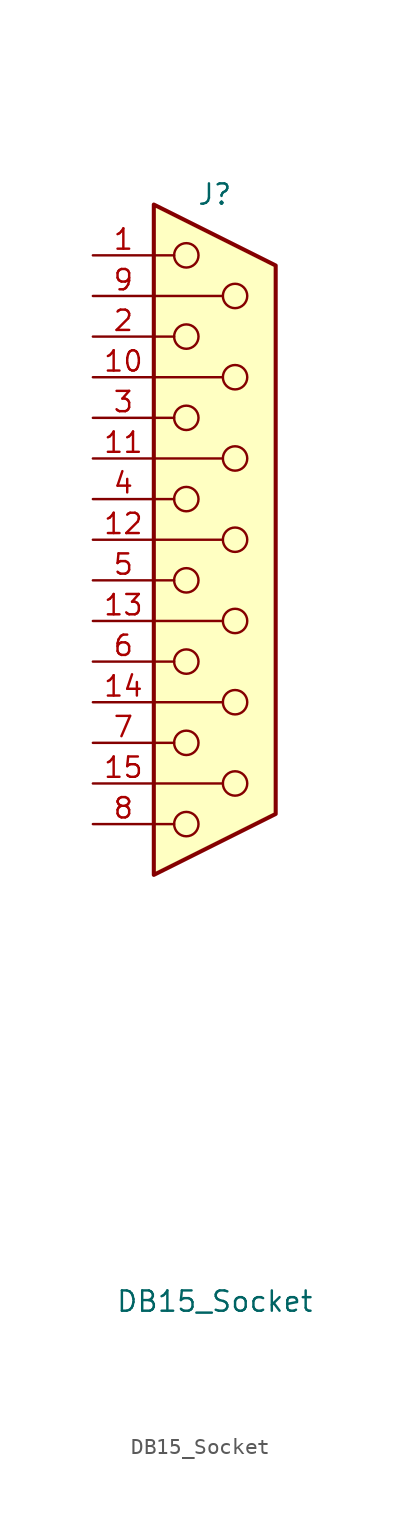
<source format=kicad_sym>
(kicad_symbol_lib
  (version 20241209)
  (generator "kicad_symbol_editor")
  (generator_version "9.0")
  (symbol "DB15_Socket"
    (pin_names
      (offset 1.016)
      (hide yes))
    (property "Reference" "J"
      (at 0 34.29 0)
      (effects (font (size 1.27 1.27))))
    (property "Value" "DB15_Socket"
      (at 0 -34.925 0)
      (effects (font (size 1.27 1.27))))
    (symbol "DB15_Socket_0_1"
      (polyline (pts (xy -3.81 33.655) (xy 3.81 29.845) (xy 3.81 -4.445) (xy -3.81 -8.255) (xy -3.81 33.655)) (stroke (width 0.254) (type default)) (fill (type background)))
      (polyline (pts (xy -3.81 30.48) (xy -2.54 30.48)) (stroke (width 0) (type default)) (fill (type none)))
      (polyline (pts (xy -3.81 27.94) (xy 0.508 27.94)) (stroke (width 0) (type default)) (fill (type none)))
      (polyline (pts (xy -3.81 25.4) (xy -2.54 25.4)) (stroke (width 0) (type default)) (fill (type none)))
      (polyline (pts (xy -3.81 22.86) (xy 0.508 22.86)) (stroke (width 0) (type default)) (fill (type none)))
      (polyline (pts (xy -3.81 20.32) (xy -2.54 20.32)) (stroke (width 0) (type default)) (fill (type none)))
      (polyline (pts (xy -3.81 17.78) (xy 0.508 17.78)) (stroke (width 0) (type default)) (fill (type none)))
      (polyline (pts (xy -3.81 15.24) (xy -2.54 15.24)) (stroke (width 0) (type default)) (fill (type none)))
      (polyline (pts (xy -3.81 12.7) (xy 0.508 12.7)) (stroke (width 0) (type default)) (fill (type none)))
      (polyline (pts (xy -3.81 10.16) (xy -2.54 10.16)) (stroke (width 0) (type default)) (fill (type none)))
      (polyline (pts (xy -3.81 7.62) (xy 0.508 7.62)) (stroke (width 0) (type default)) (fill (type none)))
      (polyline (pts (xy -3.81 5.08) (xy -2.54 5.08)) (stroke (width 0) (type default)) (fill (type none)))
      (polyline (pts (xy -3.81 2.54) (xy 0.508 2.54)) (stroke (width 0) (type default)) (fill (type none)))
      (polyline (pts (xy -3.81 0) (xy -2.54 0)) (stroke (width 0) (type default)) (fill (type none)))
      (polyline (pts (xy -3.81 -2.54) (xy 0.508 -2.54)) (stroke (width 0) (type default)) (fill (type none)))
      (polyline (pts (xy -3.81 -5.08) (xy -2.54 -5.08)) (stroke (width 0) (type default)) (fill (type none)))
      (circle (center -1.778 30.48) (radius 0.762) (stroke (width 0) (type default)) (fill (type none)))
      (circle (center -1.778 25.4) (radius 0.762) (stroke (width 0) (type default)) (fill (type none)))
      (circle (center -1.778 20.32) (radius 0.762) (stroke (width 0) (type default)) (fill (type none)))
      (circle (center -1.778 15.24) (radius 0.762) (stroke (width 0) (type default)) (fill (type none)))
      (circle (center -1.778 10.16) (radius 0.762) (stroke (width 0) (type default)) (fill (type none)))
      (circle (center -1.778 5.08) (radius 0.762) (stroke (width 0) (type default)) (fill (type none)))
      (circle (center -1.778 0) (radius 0.762) (stroke (width 0) (type default)) (fill (type none)))
      (circle (center -1.778 -5.08) (radius 0.762) (stroke (width 0) (type default)) (fill (type none)))
      (circle (center 1.27 27.94) (radius 0.762) (stroke (width 0) (type default)) (fill (type none)))
      (circle (center 1.27 22.86) (radius 0.762) (stroke (width 0) (type default)) (fill (type none)))
      (circle (center 1.27 17.78) (radius 0.762) (stroke (width 0) (type default)) (fill (type none)))
      (circle (center 1.27 12.7) (radius 0.762) (stroke (width 0) (type default)) (fill (type none)))
      (circle (center 1.27 7.62) (radius 0.762) (stroke (width 0) (type default)) (fill (type none)))
      (circle (center 1.27 2.54) (radius 0.762) (stroke (width 0) (type default)) (fill (type none)))
      (circle (center 1.27 -2.54) (radius 0.762) (stroke (width 0) (type default)) (fill (type none))))
    (symbol "DB15_Socket_1_1"
      (pin passive line (at -7.62 30.48 0) (length 3.81) (name "1" (effects (font (size 1.27 1.27)))) (number "1" (effects (font (size 1.27 1.27)))))
      (pin passive line (at -7.62 27.94 0) (length 3.81) (name "9" (effects (font (size 1.27 1.27)))) (number "9" (effects (font (size 1.27 1.27)))))
      (pin passive line (at -7.62 25.4 0) (length 3.81) (name "2" (effects (font (size 1.27 1.27)))) (number "2" (effects (font (size 1.27 1.27)))))
      (pin passive line (at -7.62 22.86 0) (length 3.81) (name "10" (effects (font (size 1.27 1.27)))) (number "10" (effects (font (size 1.27 1.27)))))
      (pin passive line (at -7.62 20.32 0) (length 3.81) (name "3" (effects (font (size 1.27 1.27)))) (number "3" (effects (font (size 1.27 1.27)))))
      (pin passive line (at -7.62 17.78 0) (length 3.81) (name "11" (effects (font (size 1.27 1.27)))) (number "11" (effects (font (size 1.27 1.27)))))
      (pin passive line (at -7.62 15.24 0) (length 3.81) (name "4" (effects (font (size 1.27 1.27)))) (number "4" (effects (font (size 1.27 1.27)))))
      (pin passive line (at -7.62 12.7 0) (length 3.81) (name "12" (effects (font (size 1.27 1.27)))) (number "12" (effects (font (size 1.27 1.27)))))
      (pin passive line (at -7.62 10.16 0) (length 3.81) (name "5" (effects (font (size 1.27 1.27)))) (number "5" (effects (font (size 1.27 1.27)))))
      (pin passive line (at -7.62 7.62 0) (length 3.81) (name "13" (effects (font (size 1.27 1.27)))) (number "13" (effects (font (size 1.27 1.27)))))
      (pin passive line (at -7.62 5.08 0) (length 3.81) (name "6" (effects (font (size 1.27 1.27)))) (number "6" (effects (font (size 1.27 1.27)))))
      (pin passive line (at -7.62 2.54 0) (length 3.81) (name "P14" (effects (font (size 1.27 1.27)))) (number "14" (effects (font (size 1.27 1.27)))))
      (pin passive line (at -7.62 0 0) (length 3.81) (name "7" (effects (font (size 1.27 1.27)))) (number "7" (effects (font (size 1.27 1.27)))))
      (pin passive line (at -7.62 -2.54 0) (length 3.81) (name "P15" (effects (font (size 1.27 1.27)))) (number "15" (effects (font (size 1.27 1.27)))))
      (pin passive line (at -7.62 -5.08 0) (length 3.81) (name "8" (effects (font (size 1.27 1.27)))) (number "8" (effects (font (size 1.27 1.27))))))))
</source>
